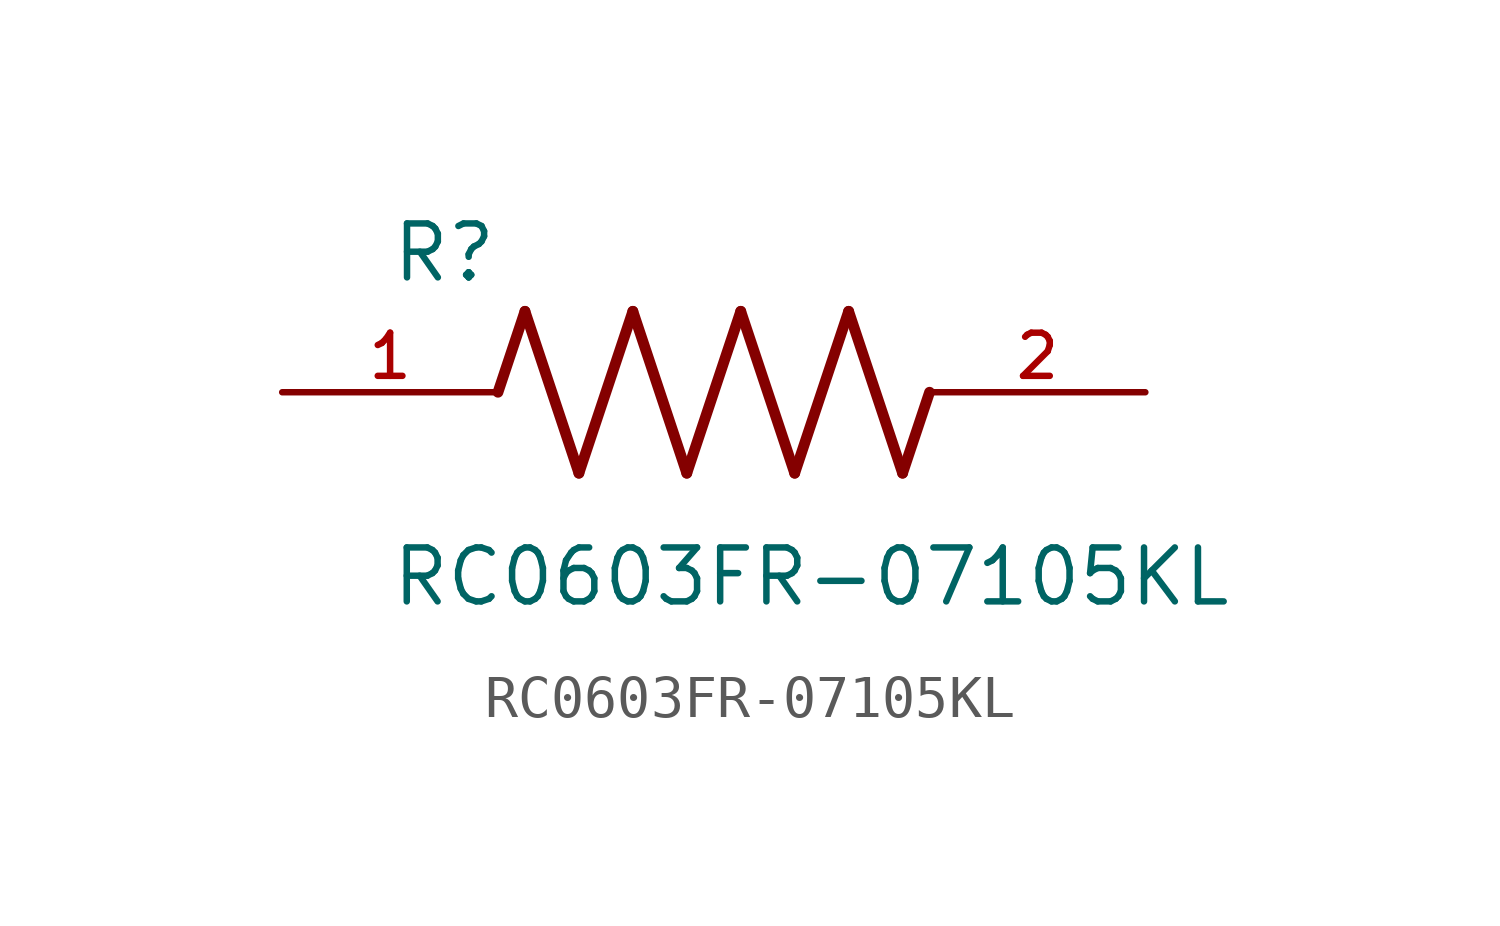
<source format=kicad_sym>
(kicad_symbol_lib
  (version 20211014)
  (generator kicad_symbol_editor)
  (symbol "RC0603FR-07105KL"
    (pin_names
      (offset 1.016))
    (property "Reference" "R"
      (at -7.624 2.541 0)
      (effects (font (size 1.27 1.27)) (justify bottom left)))
    (property "Value" "RC0603FR-07105KL"
      (at -7.63 -5.087 0)
      (effects (font (size 1.27 1.27)) (justify bottom left)))
    (symbol "RC0603FR-07105KL_0_0"
      (polyline (pts (xy -5.08 0.0) (xy -4.445 1.905)) (stroke (width 0.254)))
      (polyline (pts (xy -4.445 1.905) (xy -3.175 -1.905)) (stroke (width 0.254)))
      (polyline (pts (xy -3.175 -1.905) (xy -1.905 1.905)) (stroke (width 0.254)))
      (polyline (pts (xy -1.905 1.905) (xy -0.635 -1.905)) (stroke (width 0.254)))
      (polyline (pts (xy -0.635 -1.905) (xy 0.635 1.905)) (stroke (width 0.254)))
      (polyline (pts (xy 0.635 1.905) (xy 1.905 -1.905)) (stroke (width 0.254)))
      (polyline (pts (xy 1.905 -1.905) (xy 3.175 1.905)) (stroke (width 0.254)))
      (polyline (pts (xy 3.175 1.905) (xy 4.445 -1.905)) (stroke (width 0.254)))
      (polyline (pts (xy 4.445 -1.905) (xy 5.08 0.0)) (stroke (width 0.254)))
      (pin passive line (at -10.16 0.0 0) (length 5.08) (name "~" (effects (font (size 1.016 1.016)))) (number "1" (effects (font (size 1.016 1.016)))))
      (pin passive line (at 10.16 0.0 180.0) (length 5.08) (name "~" (effects (font (size 1.016 1.016)))) (number "2" (effects (font (size 1.016 1.016))))))))
</source>
